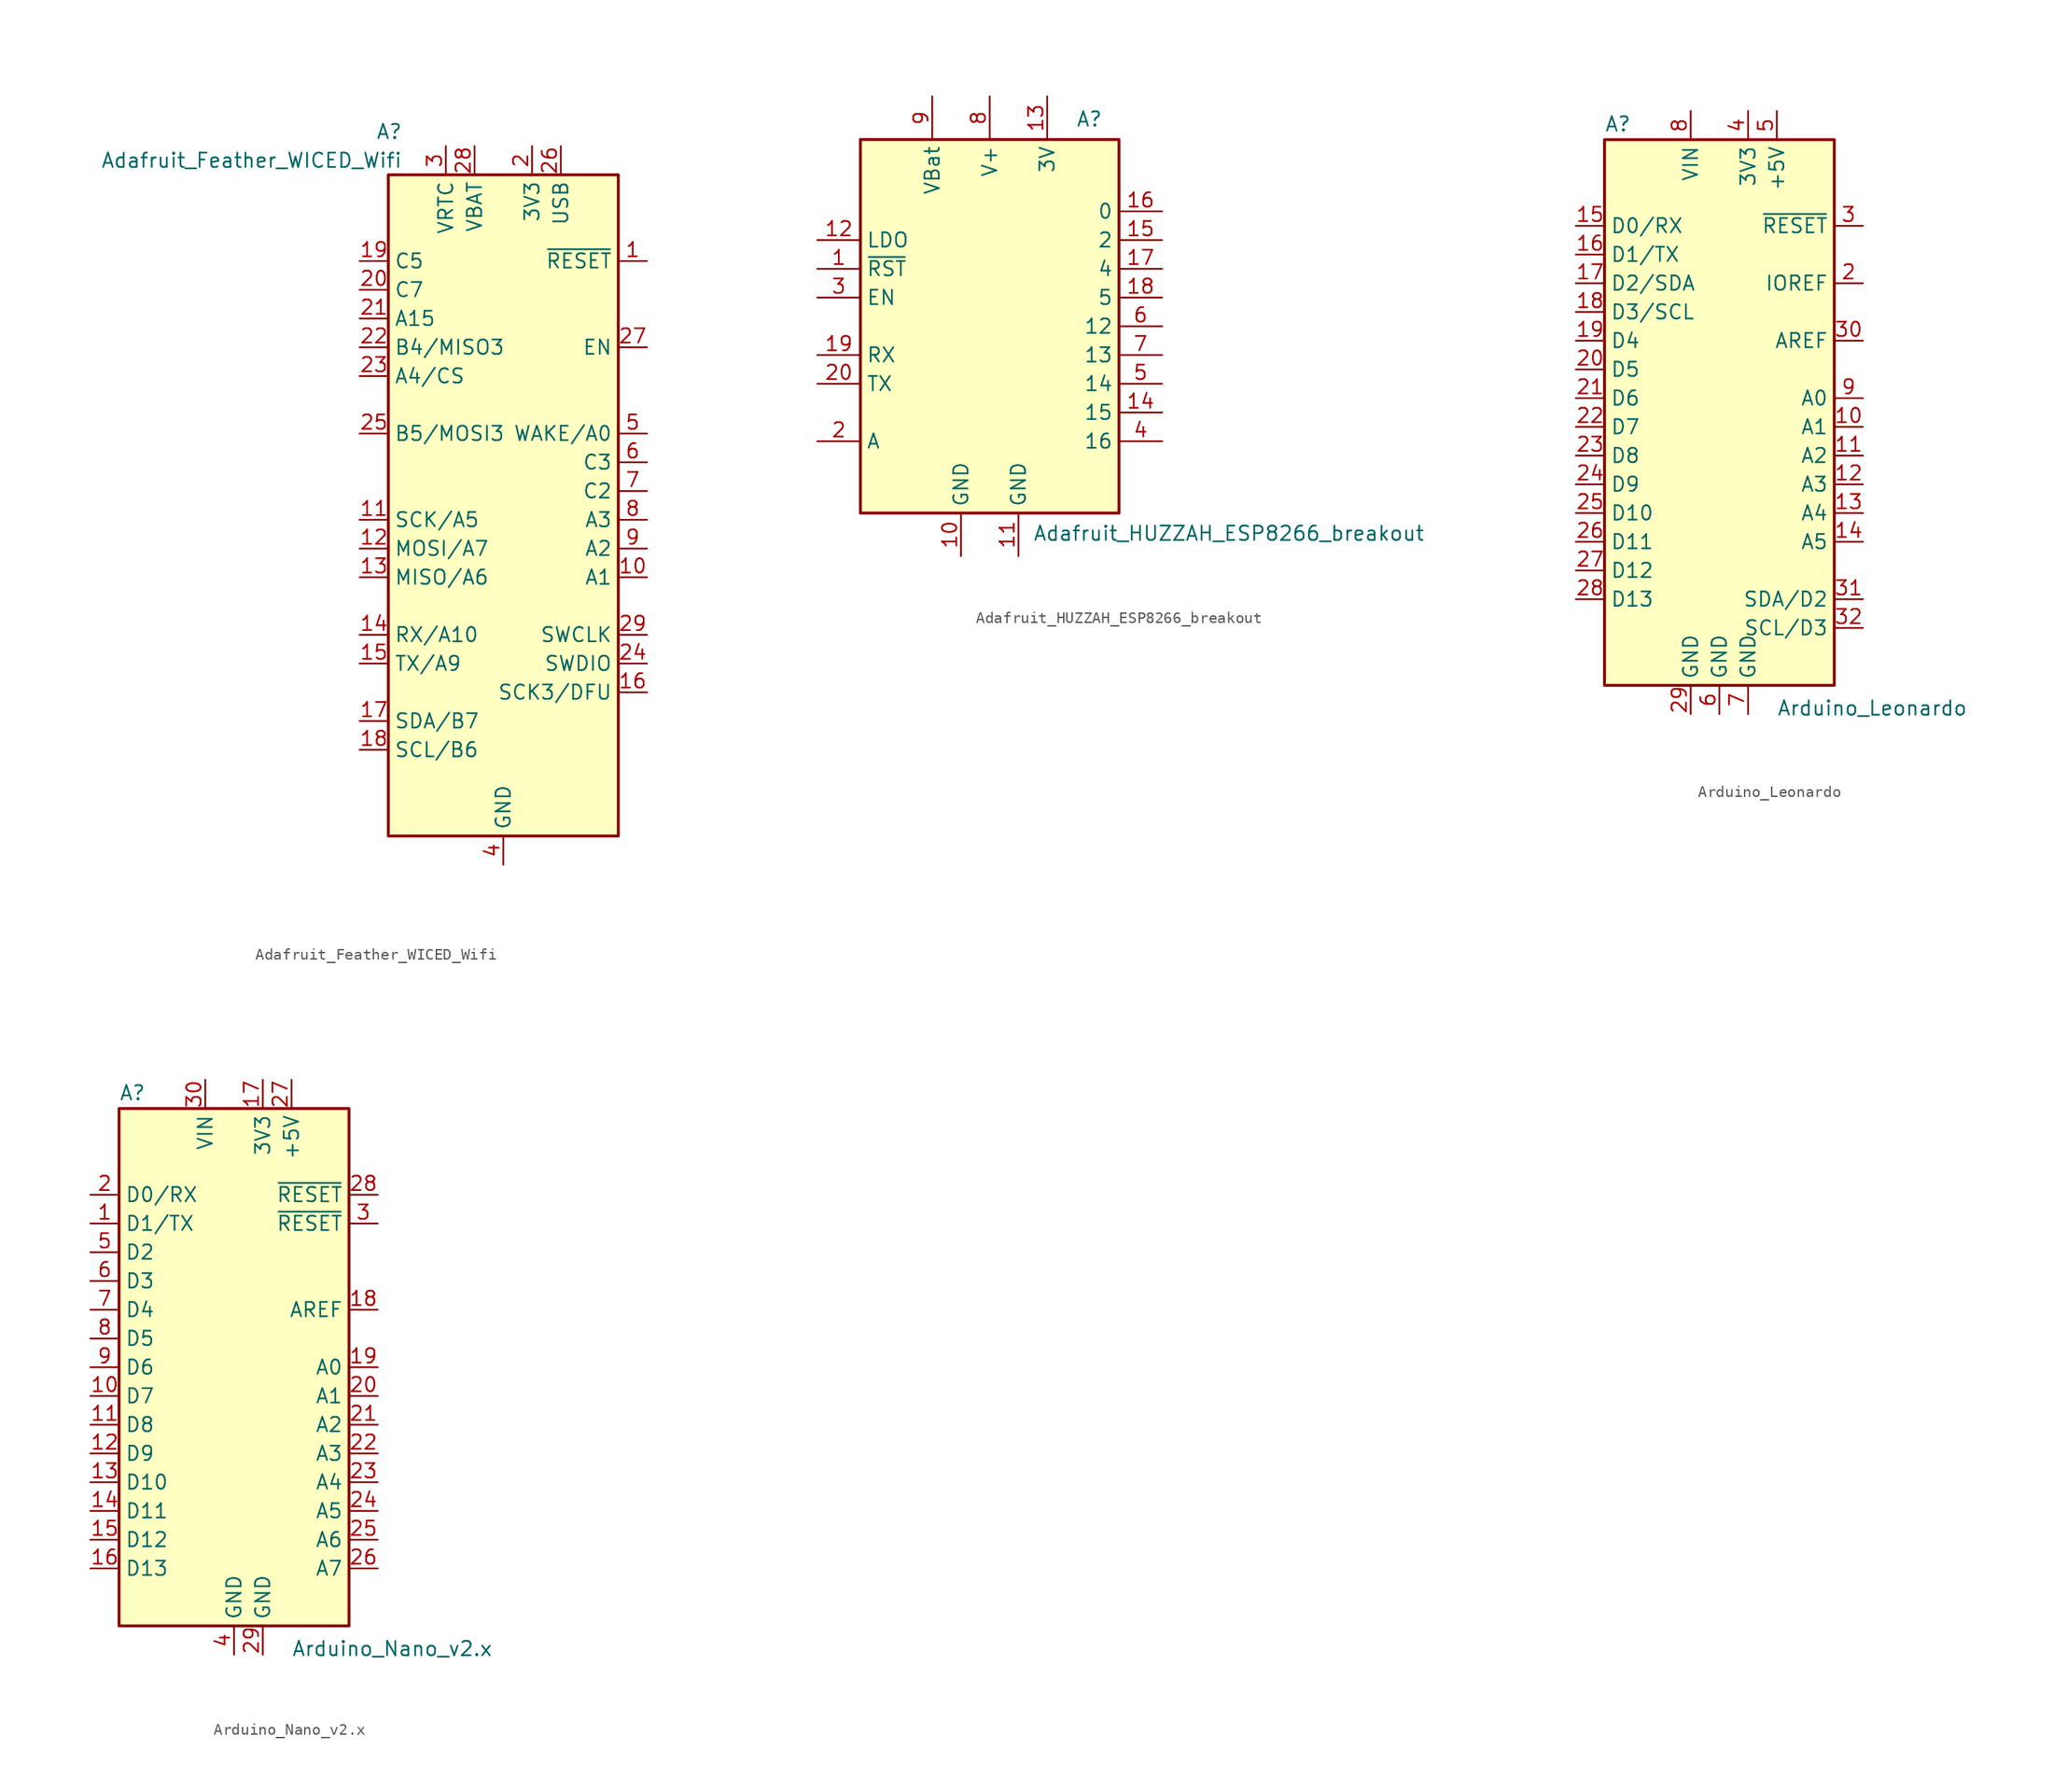
<source format=kicad_sym>
(kicad_symbol_lib
  (version 20211014)
  (generator kicad_symbol_editor)
  (symbol "Adafruit_Feather_WICED_Wifi"
    (property "Reference" "A"
      (at -8.89 31.75 0)
      (effects (font (size 1.27 1.27)) (justify right)))
    (property "Value" "Adafruit_Feather_WICED_Wifi"
      (at -8.89 29.21 0)
      (effects (font (size 1.27 1.27)) (justify right)))
    (symbol "Adafruit_Feather_WICED_Wifi_0_1"
      (rectangle (start -10.16 27.94) (end 10.16 -30.48) (stroke (width 0.254) (type default) (color 0 0 0 0)) (fill (type background))))
    (symbol "Adafruit_Feather_WICED_Wifi_1_1"
      (pin input line (at 12.7 20.32 180) (length 2.54) (name "~{RESET}" (effects (font (size 1.27 1.27)))) (number "1" (effects (font (size 1.27 1.27)))))
      (pin bidirectional line (at 12.7 -7.62 180) (length 2.54) (name "A1" (effects (font (size 1.27 1.27)))) (number "10" (effects (font (size 1.27 1.27)))))
      (pin bidirectional line (at -12.7 -2.54 0) (length 2.54) (name "SCK/A5" (effects (font (size 1.27 1.27)))) (number "11" (effects (font (size 1.27 1.27)))))
      (pin bidirectional line (at -12.7 -5.08 0) (length 2.54) (name "MOSI/A7" (effects (font (size 1.27 1.27)))) (number "12" (effects (font (size 1.27 1.27)))))
      (pin bidirectional line (at -12.7 -7.62 0) (length 2.54) (name "MISO/A6" (effects (font (size 1.27 1.27)))) (number "13" (effects (font (size 1.27 1.27)))))
      (pin bidirectional line (at -12.7 -12.7 0) (length 2.54) (name "RX/A10" (effects (font (size 1.27 1.27)))) (number "14" (effects (font (size 1.27 1.27)))))
      (pin bidirectional line (at -12.7 -15.24 0) (length 2.54) (name "TX/A9" (effects (font (size 1.27 1.27)))) (number "15" (effects (font (size 1.27 1.27)))))
      (pin bidirectional line (at 12.7 -17.78 180) (length 2.54) (name "SCK3/DFU" (effects (font (size 1.27 1.27)))) (number "16" (effects (font (size 1.27 1.27)))))
      (pin bidirectional line (at -12.7 -20.32 0) (length 2.54) (name "SDA/B7" (effects (font (size 1.27 1.27)))) (number "17" (effects (font (size 1.27 1.27)))))
      (pin bidirectional line (at -12.7 -22.86 0) (length 2.54) (name "SCL/B6" (effects (font (size 1.27 1.27)))) (number "18" (effects (font (size 1.27 1.27)))))
      (pin bidirectional line (at -12.7 20.32 0) (length 2.54) (name "C5" (effects (font (size 1.27 1.27)))) (number "19" (effects (font (size 1.27 1.27)))))
      (pin power_in line (at 2.54 30.48 270) (length 2.54) (name "3V3" (effects (font (size 1.27 1.27)))) (number "2" (effects (font (size 1.27 1.27)))))
      (pin bidirectional line (at -12.7 17.78 0) (length 2.54) (name "C7" (effects (font (size 1.27 1.27)))) (number "20" (effects (font (size 1.27 1.27)))))
      (pin bidirectional line (at -12.7 15.24 0) (length 2.54) (name "A15" (effects (font (size 1.27 1.27)))) (number "21" (effects (font (size 1.27 1.27)))))
      (pin bidirectional line (at -12.7 12.7 0) (length 2.54) (name "B4/MISO3" (effects (font (size 1.27 1.27)))) (number "22" (effects (font (size 1.27 1.27)))))
      (pin bidirectional line (at -12.7 10.16 0) (length 2.54) (name "A4/CS" (effects (font (size 1.27 1.27)))) (number "23" (effects (font (size 1.27 1.27)))))
      (pin bidirectional line (at 12.7 -15.24 180) (length 2.54) (name "SWDIO" (effects (font (size 1.27 1.27)))) (number "24" (effects (font (size 1.27 1.27)))))
      (pin bidirectional line (at -12.7 5.08 0) (length 2.54) (name "B5/MOSI3" (effects (font (size 1.27 1.27)))) (number "25" (effects (font (size 1.27 1.27)))))
      (pin power_in line (at 5.08 30.48 270) (length 2.54) (name "USB" (effects (font (size 1.27 1.27)))) (number "26" (effects (font (size 1.27 1.27)))))
      (pin input line (at 12.7 12.7 180) (length 2.54) (name "EN" (effects (font (size 1.27 1.27)))) (number "27" (effects (font (size 1.27 1.27)))))
      (pin power_in line (at -2.54 30.48 270) (length 2.54) (name "VBAT" (effects (font (size 1.27 1.27)))) (number "28" (effects (font (size 1.27 1.27)))))
      (pin bidirectional line (at 12.7 -12.7 180) (length 2.54) (name "SWCLK" (effects (font (size 1.27 1.27)))) (number "29" (effects (font (size 1.27 1.27)))))
      (pin power_in line (at -5.08 30.48 270) (length 2.54) (name "VRTC" (effects (font (size 1.27 1.27)))) (number "3" (effects (font (size 1.27 1.27)))))
      (pin power_in line (at 0 -33.02 90) (length 2.54) (name "GND" (effects (font (size 1.27 1.27)))) (number "4" (effects (font (size 1.27 1.27)))))
      (pin bidirectional line (at 12.7 5.08 180) (length 2.54) (name "WAKE/A0" (effects (font (size 1.27 1.27)))) (number "5" (effects (font (size 1.27 1.27)))))
      (pin bidirectional line (at 12.7 2.54 180) (length 2.54) (name "C3" (effects (font (size 1.27 1.27)))) (number "6" (effects (font (size 1.27 1.27)))))
      (pin bidirectional line (at 12.7 0 180) (length 2.54) (name "C2" (effects (font (size 1.27 1.27)))) (number "7" (effects (font (size 1.27 1.27)))))
      (pin bidirectional line (at 12.7 -2.54 180) (length 2.54) (name "A3" (effects (font (size 1.27 1.27)))) (number "8" (effects (font (size 1.27 1.27)))))
      (pin bidirectional line (at 12.7 -5.08 180) (length 2.54) (name "A2" (effects (font (size 1.27 1.27)))) (number "9" (effects (font (size 1.27 1.27)))))))
  (symbol "Adafruit_HUZZAH_ESP8266_breakout"
    (property "Reference" "A"
      (at 7.62 19.05 0)
      (effects (font (size 1.27 1.27)) (justify left top)))
    (property "Value" "Adafruit_HUZZAH_ESP8266_breakout"
      (at 3.81 -19.05 0)
      (effects (font (size 1.27 1.27)) (justify left bottom)))
    (symbol "Adafruit_HUZZAH_ESP8266_breakout_0_1"
      (rectangle (start -11.43 16.51) (end 11.43 -16.51) (stroke (width 0.254) (type default) (color 0 0 0 0)) (fill (type background))))
    (symbol "Adafruit_HUZZAH_ESP8266_breakout_1_1"
      (pin input line (at -15.24 5.08 0) (length 3.81) (name "~{RST}" (effects (font (size 1.27 1.27)))) (number "1" (effects (font (size 1.27 1.27)))))
      (pin power_in line (at -2.54 -20.32 90) (length 3.81) (name "GND" (effects (font (size 1.27 1.27)))) (number "10" (effects (font (size 1.27 1.27)))))
      (pin power_in line (at 2.54 -20.32 90) (length 3.81) (name "GND" (effects (font (size 1.27 1.27)))) (number "11" (effects (font (size 1.27 1.27)))))
      (pin input line (at -15.24 7.62 0) (length 3.81) (name "LDO" (effects (font (size 1.27 1.27)))) (number "12" (effects (font (size 1.27 1.27)))))
      (pin power_out line (at 5.08 20.32 270) (length 3.81) (name "3V" (effects (font (size 1.27 1.27)))) (number "13" (effects (font (size 1.27 1.27)))))
      (pin bidirectional line (at 15.24 -7.62 180) (length 3.81) (name "15" (effects (font (size 1.27 1.27)))) (number "14" (effects (font (size 1.27 1.27)))))
      (pin bidirectional line (at 15.24 7.62 180) (length 3.81) (name "2" (effects (font (size 1.27 1.27)))) (number "15" (effects (font (size 1.27 1.27)))))
      (pin bidirectional line (at 15.24 10.16 180) (length 3.81) (name "0" (effects (font (size 1.27 1.27)))) (number "16" (effects (font (size 1.27 1.27)))))
      (pin bidirectional line (at 15.24 5.08 180) (length 3.81) (name "4" (effects (font (size 1.27 1.27)))) (number "17" (effects (font (size 1.27 1.27)))))
      (pin bidirectional line (at 15.24 2.54 180) (length 3.81) (name "5" (effects (font (size 1.27 1.27)))) (number "18" (effects (font (size 1.27 1.27)))))
      (pin input line (at -15.24 -2.54 0) (length 3.81) (name "RX" (effects (font (size 1.27 1.27)))) (number "19" (effects (font (size 1.27 1.27)))))
      (pin input line (at -15.24 -10.16 0) (length 3.81) (name "A" (effects (font (size 1.27 1.27)))) (number "2" (effects (font (size 1.27 1.27)))))
      (pin output line (at -15.24 -5.08 0) (length 3.81) (name "TX" (effects (font (size 1.27 1.27)))) (number "20" (effects (font (size 1.27 1.27)))))
      (pin input line (at -15.24 2.54 0) (length 3.81) (name "EN" (effects (font (size 1.27 1.27)))) (number "3" (effects (font (size 1.27 1.27)))))
      (pin bidirectional line (at 15.24 -10.16 180) (length 3.81) (name "16" (effects (font (size 1.27 1.27)))) (number "4" (effects (font (size 1.27 1.27)))))
      (pin bidirectional line (at 15.24 -5.08 180) (length 3.81) (name "14" (effects (font (size 1.27 1.27)))) (number "5" (effects (font (size 1.27 1.27)))))
      (pin bidirectional line (at 15.24 0 180) (length 3.81) (name "12" (effects (font (size 1.27 1.27)))) (number "6" (effects (font (size 1.27 1.27)))))
      (pin bidirectional line (at 15.24 -2.54 180) (length 3.81) (name "13" (effects (font (size 1.27 1.27)))) (number "7" (effects (font (size 1.27 1.27)))))
      (pin power_in line (at 0 20.32 270) (length 3.81) (name "V+" (effects (font (size 1.27 1.27)))) (number "8" (effects (font (size 1.27 1.27)))))
      (pin power_in line (at -5.08 20.32 270) (length 3.81) (name "VBat" (effects (font (size 1.27 1.27)))) (number "9" (effects (font (size 1.27 1.27)))))))
  (symbol "Arduino_Leonardo"
    (property "Reference" "A"
      (at -10.16 23.495 0)
      (effects (font (size 1.27 1.27)) (justify left bottom)))
    (property "Value" "Arduino_Leonardo"
      (at 5.08 -26.67 0)
      (effects (font (size 1.27 1.27)) (justify left top)))
    (symbol "Arduino_Leonardo_0_1"
      (rectangle (start -10.16 22.86) (end 10.16 -25.4) (stroke (width 0.254) (type default) (color 0 0 0 0)) (fill (type background))))
    (symbol "Arduino_Leonardo_1_1"
      (pin no_connect line (at -10.16 -20.32 0) (length 2.54) hide (name "NC" (effects (font (size 1.27 1.27)))) (number "1" (effects (font (size 1.27 1.27)))))
      (pin bidirectional line (at 12.7 -2.54 180) (length 2.54) (name "A1" (effects (font (size 1.27 1.27)))) (number "10" (effects (font (size 1.27 1.27)))))
      (pin bidirectional line (at 12.7 -5.08 180) (length 2.54) (name "A2" (effects (font (size 1.27 1.27)))) (number "11" (effects (font (size 1.27 1.27)))))
      (pin bidirectional line (at 12.7 -7.62 180) (length 2.54) (name "A3" (effects (font (size 1.27 1.27)))) (number "12" (effects (font (size 1.27 1.27)))))
      (pin bidirectional line (at 12.7 -10.16 180) (length 2.54) (name "A4" (effects (font (size 1.27 1.27)))) (number "13" (effects (font (size 1.27 1.27)))))
      (pin bidirectional line (at 12.7 -12.7 180) (length 2.54) (name "A5" (effects (font (size 1.27 1.27)))) (number "14" (effects (font (size 1.27 1.27)))))
      (pin bidirectional line (at -12.7 15.24 0) (length 2.54) (name "D0/RX" (effects (font (size 1.27 1.27)))) (number "15" (effects (font (size 1.27 1.27)))))
      (pin bidirectional line (at -12.7 12.7 0) (length 2.54) (name "D1/TX" (effects (font (size 1.27 1.27)))) (number "16" (effects (font (size 1.27 1.27)))))
      (pin bidirectional line (at -12.7 10.16 0) (length 2.54) (name "D2/SDA" (effects (font (size 1.27 1.27)))) (number "17" (effects (font (size 1.27 1.27)))))
      (pin bidirectional line (at -12.7 7.62 0) (length 2.54) (name "D3/SCL" (effects (font (size 1.27 1.27)))) (number "18" (effects (font (size 1.27 1.27)))))
      (pin bidirectional line (at -12.7 5.08 0) (length 2.54) (name "D4" (effects (font (size 1.27 1.27)))) (number "19" (effects (font (size 1.27 1.27)))))
      (pin output line (at 12.7 10.16 180) (length 2.54) (name "IOREF" (effects (font (size 1.27 1.27)))) (number "2" (effects (font (size 1.27 1.27)))))
      (pin bidirectional line (at -12.7 2.54 0) (length 2.54) (name "D5" (effects (font (size 1.27 1.27)))) (number "20" (effects (font (size 1.27 1.27)))))
      (pin bidirectional line (at -12.7 0 0) (length 2.54) (name "D6" (effects (font (size 1.27 1.27)))) (number "21" (effects (font (size 1.27 1.27)))))
      (pin bidirectional line (at -12.7 -2.54 0) (length 2.54) (name "D7" (effects (font (size 1.27 1.27)))) (number "22" (effects (font (size 1.27 1.27)))))
      (pin bidirectional line (at -12.7 -5.08 0) (length 2.54) (name "D8" (effects (font (size 1.27 1.27)))) (number "23" (effects (font (size 1.27 1.27)))))
      (pin bidirectional line (at -12.7 -7.62 0) (length 2.54) (name "D9" (effects (font (size 1.27 1.27)))) (number "24" (effects (font (size 1.27 1.27)))))
      (pin bidirectional line (at -12.7 -10.16 0) (length 2.54) (name "D10" (effects (font (size 1.27 1.27)))) (number "25" (effects (font (size 1.27 1.27)))))
      (pin bidirectional line (at -12.7 -12.7 0) (length 2.54) (name "D11" (effects (font (size 1.27 1.27)))) (number "26" (effects (font (size 1.27 1.27)))))
      (pin bidirectional line (at -12.7 -15.24 0) (length 2.54) (name "D12" (effects (font (size 1.27 1.27)))) (number "27" (effects (font (size 1.27 1.27)))))
      (pin bidirectional line (at -12.7 -17.78 0) (length 2.54) (name "D13" (effects (font (size 1.27 1.27)))) (number "28" (effects (font (size 1.27 1.27)))))
      (pin power_in line (at -2.54 -27.94 90) (length 2.54) (name "GND" (effects (font (size 1.27 1.27)))) (number "29" (effects (font (size 1.27 1.27)))))
      (pin input line (at 12.7 15.24 180) (length 2.54) (name "~{RESET}" (effects (font (size 1.27 1.27)))) (number "3" (effects (font (size 1.27 1.27)))))
      (pin input line (at 12.7 5.08 180) (length 2.54) (name "AREF" (effects (font (size 1.27 1.27)))) (number "30" (effects (font (size 1.27 1.27)))))
      (pin bidirectional line (at 12.7 -17.78 180) (length 2.54) (name "SDA/D2" (effects (font (size 1.27 1.27)))) (number "31" (effects (font (size 1.27 1.27)))))
      (pin bidirectional line (at 12.7 -20.32 180) (length 2.54) (name "SCL/D3" (effects (font (size 1.27 1.27)))) (number "32" (effects (font (size 1.27 1.27)))))
      (pin power_out line (at 2.54 25.4 270) (length 2.54) (name "3V3" (effects (font (size 1.27 1.27)))) (number "4" (effects (font (size 1.27 1.27)))))
      (pin power_out line (at 5.08 25.4 270) (length 2.54) (name "+5V" (effects (font (size 1.27 1.27)))) (number "5" (effects (font (size 1.27 1.27)))))
      (pin power_in line (at 0 -27.94 90) (length 2.54) (name "GND" (effects (font (size 1.27 1.27)))) (number "6" (effects (font (size 1.27 1.27)))))
      (pin power_in line (at 2.54 -27.94 90) (length 2.54) (name "GND" (effects (font (size 1.27 1.27)))) (number "7" (effects (font (size 1.27 1.27)))))
      (pin power_in line (at -2.54 25.4 270) (length 2.54) (name "VIN" (effects (font (size 1.27 1.27)))) (number "8" (effects (font (size 1.27 1.27)))))
      (pin bidirectional line (at 12.7 0 180) (length 2.54) (name "A0" (effects (font (size 1.27 1.27)))) (number "9" (effects (font (size 1.27 1.27)))))))
  (symbol "Arduino_Nano_v2.x"
    (property "Reference" "A"
      (at -10.16 23.495 0)
      (effects (font (size 1.27 1.27)) (justify left bottom)))
    (property "Value" "Arduino_Nano_v2.x"
      (at 5.08 -24.13 0)
      (effects (font (size 1.27 1.27)) (justify left top)))
    (symbol "Arduino_Nano_v2.x_0_1"
      (rectangle (start -10.16 22.86) (end 10.16 -22.86) (stroke (width 0.254) (type default) (color 0 0 0 0)) (fill (type background))))
    (symbol "Arduino_Nano_v2.x_1_1"
      (pin bidirectional line (at -12.7 12.7 0) (length 2.54) (name "D1/TX" (effects (font (size 1.27 1.27)))) (number "1" (effects (font (size 1.27 1.27)))))
      (pin bidirectional line (at -12.7 -2.54 0) (length 2.54) (name "D7" (effects (font (size 1.27 1.27)))) (number "10" (effects (font (size 1.27 1.27)))))
      (pin bidirectional line (at -12.7 -5.08 0) (length 2.54) (name "D8" (effects (font (size 1.27 1.27)))) (number "11" (effects (font (size 1.27 1.27)))))
      (pin bidirectional line (at -12.7 -7.62 0) (length 2.54) (name "D9" (effects (font (size 1.27 1.27)))) (number "12" (effects (font (size 1.27 1.27)))))
      (pin bidirectional line (at -12.7 -10.16 0) (length 2.54) (name "D10" (effects (font (size 1.27 1.27)))) (number "13" (effects (font (size 1.27 1.27)))))
      (pin bidirectional line (at -12.7 -12.7 0) (length 2.54) (name "D11" (effects (font (size 1.27 1.27)))) (number "14" (effects (font (size 1.27 1.27)))))
      (pin bidirectional line (at -12.7 -15.24 0) (length 2.54) (name "D12" (effects (font (size 1.27 1.27)))) (number "15" (effects (font (size 1.27 1.27)))))
      (pin bidirectional line (at -12.7 -17.78 0) (length 2.54) (name "D13" (effects (font (size 1.27 1.27)))) (number "16" (effects (font (size 1.27 1.27)))))
      (pin power_out line (at 2.54 25.4 270) (length 2.54) (name "3V3" (effects (font (size 1.27 1.27)))) (number "17" (effects (font (size 1.27 1.27)))))
      (pin input line (at 12.7 5.08 180) (length 2.54) (name "AREF" (effects (font (size 1.27 1.27)))) (number "18" (effects (font (size 1.27 1.27)))))
      (pin bidirectional line (at 12.7 0 180) (length 2.54) (name "A0" (effects (font (size 1.27 1.27)))) (number "19" (effects (font (size 1.27 1.27)))))
      (pin bidirectional line (at -12.7 15.24 0) (length 2.54) (name "D0/RX" (effects (font (size 1.27 1.27)))) (number "2" (effects (font (size 1.27 1.27)))))
      (pin bidirectional line (at 12.7 -2.54 180) (length 2.54) (name "A1" (effects (font (size 1.27 1.27)))) (number "20" (effects (font (size 1.27 1.27)))))
      (pin bidirectional line (at 12.7 -5.08 180) (length 2.54) (name "A2" (effects (font (size 1.27 1.27)))) (number "21" (effects (font (size 1.27 1.27)))))
      (pin bidirectional line (at 12.7 -7.62 180) (length 2.54) (name "A3" (effects (font (size 1.27 1.27)))) (number "22" (effects (font (size 1.27 1.27)))))
      (pin bidirectional line (at 12.7 -10.16 180) (length 2.54) (name "A4" (effects (font (size 1.27 1.27)))) (number "23" (effects (font (size 1.27 1.27)))))
      (pin bidirectional line (at 12.7 -12.7 180) (length 2.54) (name "A5" (effects (font (size 1.27 1.27)))) (number "24" (effects (font (size 1.27 1.27)))))
      (pin bidirectional line (at 12.7 -15.24 180) (length 2.54) (name "A6" (effects (font (size 1.27 1.27)))) (number "25" (effects (font (size 1.27 1.27)))))
      (pin bidirectional line (at 12.7 -17.78 180) (length 2.54) (name "A7" (effects (font (size 1.27 1.27)))) (number "26" (effects (font (size 1.27 1.27)))))
      (pin power_out line (at 5.08 25.4 270) (length 2.54) (name "+5V" (effects (font (size 1.27 1.27)))) (number "27" (effects (font (size 1.27 1.27)))))
      (pin input line (at 12.7 15.24 180) (length 2.54) (name "~{RESET}" (effects (font (size 1.27 1.27)))) (number "28" (effects (font (size 1.27 1.27)))))
      (pin power_in line (at 2.54 -25.4 90) (length 2.54) (name "GND" (effects (font (size 1.27 1.27)))) (number "29" (effects (font (size 1.27 1.27)))))
      (pin input line (at 12.7 12.7 180) (length 2.54) (name "~{RESET}" (effects (font (size 1.27 1.27)))) (number "3" (effects (font (size 1.27 1.27)))))
      (pin power_in line (at -2.54 25.4 270) (length 2.54) (name "VIN" (effects (font (size 1.27 1.27)))) (number "30" (effects (font (size 1.27 1.27)))))
      (pin power_in line (at 0 -25.4 90) (length 2.54) (name "GND" (effects (font (size 1.27 1.27)))) (number "4" (effects (font (size 1.27 1.27)))))
      (pin bidirectional line (at -12.7 10.16 0) (length 2.54) (name "D2" (effects (font (size 1.27 1.27)))) (number "5" (effects (font (size 1.27 1.27)))))
      (pin bidirectional line (at -12.7 7.62 0) (length 2.54) (name "D3" (effects (font (size 1.27 1.27)))) (number "6" (effects (font (size 1.27 1.27)))))
      (pin bidirectional line (at -12.7 5.08 0) (length 2.54) (name "D4" (effects (font (size 1.27 1.27)))) (number "7" (effects (font (size 1.27 1.27)))))
      (pin bidirectional line (at -12.7 2.54 0) (length 2.54) (name "D5" (effects (font (size 1.27 1.27)))) (number "8" (effects (font (size 1.27 1.27)))))
      (pin bidirectional line (at -12.7 0 0) (length 2.54) (name "D6" (effects (font (size 1.27 1.27)))) (number "9" (effects (font (size 1.27 1.27))))))))
</source>
